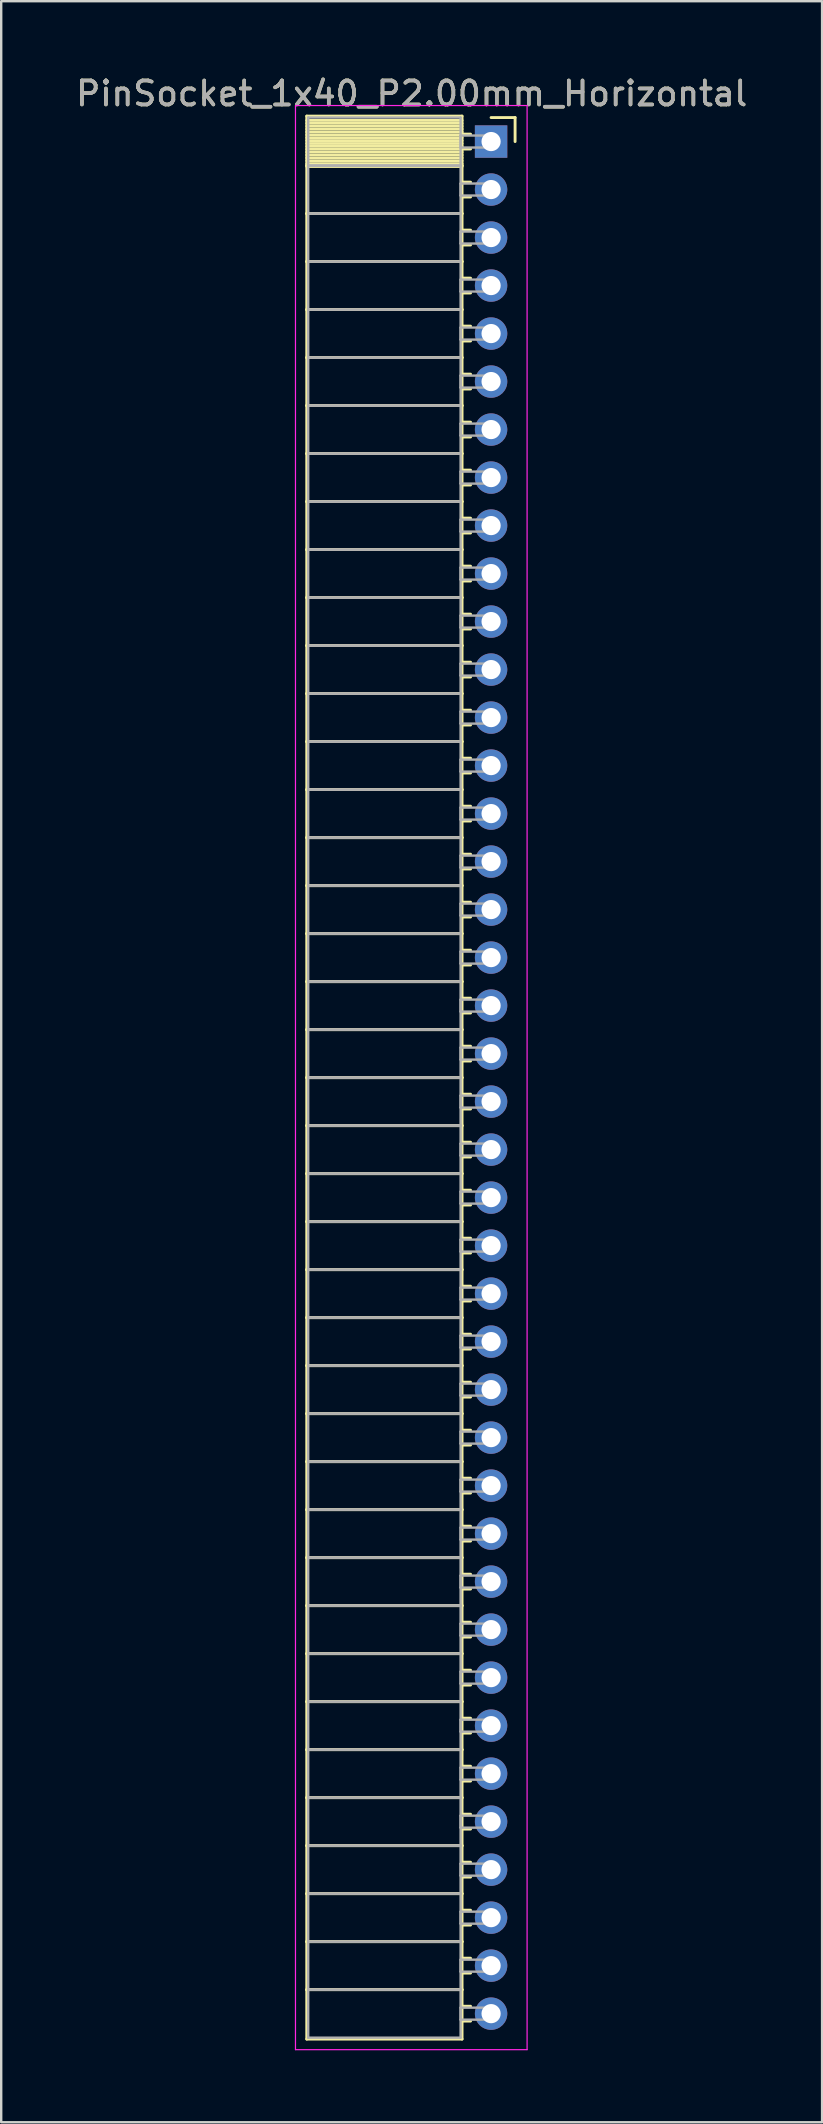
<source format=kicad_pcb>
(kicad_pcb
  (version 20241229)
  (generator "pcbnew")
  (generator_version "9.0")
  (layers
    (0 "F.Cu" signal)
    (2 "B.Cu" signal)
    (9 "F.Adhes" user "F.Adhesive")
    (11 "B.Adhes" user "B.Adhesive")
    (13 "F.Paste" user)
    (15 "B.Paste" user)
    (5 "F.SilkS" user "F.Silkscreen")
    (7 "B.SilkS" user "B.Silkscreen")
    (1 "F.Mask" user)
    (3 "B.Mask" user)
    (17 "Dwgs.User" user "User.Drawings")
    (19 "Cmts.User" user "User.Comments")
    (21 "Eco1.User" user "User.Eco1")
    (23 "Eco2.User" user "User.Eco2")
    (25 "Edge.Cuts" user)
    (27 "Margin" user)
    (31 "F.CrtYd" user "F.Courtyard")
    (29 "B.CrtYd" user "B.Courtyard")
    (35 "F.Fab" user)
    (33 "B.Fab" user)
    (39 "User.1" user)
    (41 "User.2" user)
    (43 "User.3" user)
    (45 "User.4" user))
  (footprint "PinSocket_1x40_P2.00mm_Horizontal"
    (layer "F.Cu")
    (at 17.411 2.848)
    (property "Reference" "PinSocket_1x40_P2.00mm_Horizontal" (at -3.31 -2 0) (layer "F.SilkS") (effects (font (size 1 1) (thickness 0.15))))
    (attr through_hole)
    (fp_line (start -7.68 -1.06) (end -1.21 -1.06) (stroke (width 0.12) (type solid)) (layer "F.SilkS"))
    (fp_line (start -7.68 1) (end -7.68 -1.06) (stroke (width 0.12) (type solid)) (layer "F.SilkS"))
    (fp_line (start -7.68 1) (end -1.21 1) (stroke (width 0.12) (type solid)) (layer "F.SilkS"))
    (fp_line (start -7.68 3) (end -7.68 1) (stroke (width 0.12) (type solid)) (layer "F.SilkS"))
    (fp_line (start -7.68 3) (end -1.21 3) (stroke (width 0.12) (type solid)) (layer "F.SilkS"))
    (fp_line (start -7.68 5) (end -7.68 3) (stroke (width 0.12) (type solid)) (layer "F.SilkS"))
    (fp_line (start -7.68 5) (end -1.21 5) (stroke (width 0.12) (type solid)) (layer "F.SilkS"))
    (fp_line (start -7.68 7) (end -7.68 5) (stroke (width 0.12) (type solid)) (layer "F.SilkS"))
    (fp_line (start -7.68 7) (end -1.21 7) (stroke (width 0.12) (type solid)) (layer "F.SilkS"))
    (fp_line (start -7.68 9) (end -7.68 7) (stroke (width 0.12) (type solid)) (layer "F.SilkS"))
    (fp_line (start -7.68 9) (end -1.21 9) (stroke (width 0.12) (type solid)) (layer "F.SilkS"))
    (fp_line (start -7.68 11) (end -7.68 9) (stroke (width 0.12) (type solid)) (layer "F.SilkS"))
    (fp_line (start -7.68 11) (end -1.21 11) (stroke (width 0.12) (type solid)) (layer "F.SilkS"))
    (fp_line (start -7.68 13) (end -7.68 11) (stroke (width 0.12) (type solid)) (layer "F.SilkS"))
    (fp_line (start -7.68 13) (end -1.21 13) (stroke (width 0.12) (type solid)) (layer "F.SilkS"))
    (fp_line (start -7.68 15) (end -7.68 13) (stroke (width 0.12) (type solid)) (layer "F.SilkS"))
    (fp_line (start -7.68 15) (end -1.21 15) (stroke (width 0.12) (type solid)) (layer "F.SilkS"))
    (fp_line (start -7.68 17) (end -7.68 15) (stroke (width 0.12) (type solid)) (layer "F.SilkS"))
    (fp_line (start -7.68 17) (end -1.21 17) (stroke (width 0.12) (type solid)) (layer "F.SilkS"))
    (fp_line (start -7.68 19) (end -7.68 17) (stroke (width 0.12) (type solid)) (layer "F.SilkS"))
    (fp_line (start -7.68 19) (end -1.21 19) (stroke (width 0.12) (type solid)) (layer "F.SilkS"))
    (fp_line (start -7.68 21) (end -7.68 19) (stroke (width 0.12) (type solid)) (layer "F.SilkS"))
    (fp_line (start -7.68 21) (end -1.21 21) (stroke (width 0.12) (type solid)) (layer "F.SilkS"))
    (fp_line (start -7.68 23) (end -7.68 21) (stroke (width 0.12) (type solid)) (layer "F.SilkS"))
    (fp_line (start -7.68 23) (end -1.21 23) (stroke (width 0.12) (type solid)) (layer "F.SilkS"))
    (fp_line (start -7.68 25) (end -7.68 23) (stroke (width 0.12) (type solid)) (layer "F.SilkS"))
    (fp_line (start -7.68 25) (end -1.21 25) (stroke (width 0.12) (type solid)) (layer "F.SilkS"))
    (fp_line (start -7.68 27) (end -7.68 25) (stroke (width 0.12) (type solid)) (layer "F.SilkS"))
    (fp_line (start -7.68 27) (end -1.21 27) (stroke (width 0.12) (type solid)) (layer "F.SilkS"))
    (fp_line (start -7.68 29) (end -7.68 27) (stroke (width 0.12) (type solid)) (layer "F.SilkS"))
    (fp_line (start -7.68 29) (end -1.21 29) (stroke (width 0.12) (type solid)) (layer "F.SilkS"))
    (fp_line (start -7.68 31) (end -7.68 29) (stroke (width 0.12) (type solid)) (layer "F.SilkS"))
    (fp_line (start -7.68 31) (end -1.21 31) (stroke (width 0.12) (type solid)) (layer "F.SilkS"))
    (fp_line (start -7.68 33) (end -7.68 31) (stroke (width 0.12) (type solid)) (layer "F.SilkS"))
    (fp_line (start -7.68 33) (end -1.21 33) (stroke (width 0.12) (type solid)) (layer "F.SilkS"))
    (fp_line (start -7.68 35) (end -7.68 33) (stroke (width 0.12) (type solid)) (layer "F.SilkS"))
    (fp_line (start -7.68 35) (end -1.21 35) (stroke (width 0.12) (type solid)) (layer "F.SilkS"))
    (fp_line (start -7.68 37) (end -7.68 35) (stroke (width 0.12) (type solid)) (layer "F.SilkS"))
    (fp_line (start -7.68 37) (end -1.21 37) (stroke (width 0.12) (type solid)) (layer "F.SilkS"))
    (fp_line (start -7.68 39) (end -7.68 37) (stroke (width 0.12) (type solid)) (layer "F.SilkS"))
    (fp_line (start -7.68 39) (end -1.21 39) (stroke (width 0.12) (type solid)) (layer "F.SilkS"))
    (fp_line (start -7.68 41) (end -7.68 39) (stroke (width 0.12) (type solid)) (layer "F.SilkS"))
    (fp_line (start -7.68 41) (end -1.21 41) (stroke (width 0.12) (type solid)) (layer "F.SilkS"))
    (fp_line (start -7.68 43) (end -7.68 41) (stroke (width 0.12) (type solid)) (layer "F.SilkS"))
    (fp_line (start -7.68 43) (end -1.21 43) (stroke (width 0.12) (type solid)) (layer "F.SilkS"))
    (fp_line (start -7.68 45) (end -7.68 43) (stroke (width 0.12) (type solid)) (layer "F.SilkS"))
    (fp_line (start -7.68 45) (end -1.21 45) (stroke (width 0.12) (type solid)) (layer "F.SilkS"))
    (fp_line (start -7.68 47) (end -7.68 45) (stroke (width 0.12) (type solid)) (layer "F.SilkS"))
    (fp_line (start -7.68 47) (end -1.21 47) (stroke (width 0.12) (type solid)) (layer "F.SilkS"))
    (fp_line (start -7.68 49) (end -7.68 47) (stroke (width 0.12) (type solid)) (layer "F.SilkS"))
    (fp_line (start -7.68 49) (end -1.21 49) (stroke (width 0.12) (type solid)) (layer "F.SilkS"))
    (fp_line (start -7.68 51) (end -7.68 49) (stroke (width 0.12) (type solid)) (layer "F.SilkS"))
    (fp_line (start -7.68 51) (end -1.21 51) (stroke (width 0.12) (type solid)) (layer "F.SilkS"))
    (fp_line (start -7.68 53) (end -7.68 51) (stroke (width 0.12) (type solid)) (layer "F.SilkS"))
    (fp_line (start -7.68 53) (end -1.21 53) (stroke (width 0.12) (type solid)) (layer "F.SilkS"))
    (fp_line (start -7.68 55) (end -7.68 53) (stroke (width 0.12) (type solid)) (layer "F.SilkS"))
    (fp_line (start -7.68 55) (end -1.21 55) (stroke (width 0.12) (type solid)) (layer "F.SilkS"))
    (fp_line (start -7.68 57) (end -7.68 55) (stroke (width 0.12) (type solid)) (layer "F.SilkS"))
    (fp_line (start -7.68 57) (end -1.21 57) (stroke (width 0.12) (type solid)) (layer "F.SilkS"))
    (fp_line (start -7.68 59) (end -7.68 57) (stroke (width 0.12) (type solid)) (layer "F.SilkS"))
    (fp_line (start -7.68 59) (end -1.21 59) (stroke (width 0.12) (type solid)) (layer "F.SilkS"))
    (fp_line (start -7.68 61) (end -7.68 59) (stroke (width 0.12) (type solid)) (layer "F.SilkS"))
    (fp_line (start -7.68 61) (end -1.21 61) (stroke (width 0.12) (type solid)) (layer "F.SilkS"))
    (fp_line (start -7.68 63) (end -7.68 61) (stroke (width 0.12) (type solid)) (layer "F.SilkS"))
    (fp_line (start -7.68 63) (end -1.21 63) (stroke (width 0.12) (type solid)) (layer "F.SilkS"))
    (fp_line (start -7.68 65) (end -7.68 63) (stroke (width 0.12) (type solid)) (layer "F.SilkS"))
    (fp_line (start -7.68 65) (end -1.21 65) (stroke (width 0.12) (type solid)) (layer "F.SilkS"))
    (fp_line (start -7.68 67) (end -7.68 65) (stroke (width 0.12) (type solid)) (layer "F.SilkS"))
    (fp_line (start -7.68 67) (end -1.21 67) (stroke (width 0.12) (type solid)) (layer "F.SilkS"))
    (fp_line (start -7.68 69) (end -7.68 67) (stroke (width 0.12) (type solid)) (layer "F.SilkS"))
    (fp_line (start -7.68 69) (end -1.21 69) (stroke (width 0.12) (type solid)) (layer "F.SilkS"))
    (fp_line (start -7.68 71) (end -7.68 69) (stroke (width 0.12) (type solid)) (layer "F.SilkS"))
    (fp_line (start -7.68 71) (end -1.21 71) (stroke (width 0.12) (type solid)) (layer "F.SilkS"))
    (fp_line (start -7.68 73) (end -7.68 71) (stroke (width 0.12) (type solid)) (layer "F.SilkS"))
    (fp_line (start -7.68 73) (end -1.21 73) (stroke (width 0.12) (type solid)) (layer "F.SilkS"))
    (fp_line (start -7.68 75) (end -7.68 73) (stroke (width 0.12) (type solid)) (layer "F.SilkS"))
    (fp_line (start -7.68 75) (end -1.21 75) (stroke (width 0.12) (type solid)) (layer "F.SilkS"))
    (fp_line (start -7.68 77) (end -7.68 75) (stroke (width 0.12) (type solid)) (layer "F.SilkS"))
    (fp_line (start -7.68 77) (end -1.21 77) (stroke (width 0.12) (type solid)) (layer "F.SilkS"))
    (fp_line (start -7.68 79.06) (end -7.68 77) (stroke (width 0.12) (type solid)) (layer "F.SilkS"))
    (fp_line (start -1.21 -1.06) (end -1.21 1) (stroke (width 0.12) (type solid)) (layer "F.SilkS"))
    (fp_line (start -1.21 -0.88) (end -7.68 -0.88) (stroke (width 0.12) (type solid)) (layer "F.SilkS"))
    (fp_line (start -1.21 -0.76) (end -7.68 -0.76) (stroke (width 0.12) (type solid)) (layer "F.SilkS"))
    (fp_line (start -1.21 -0.64) (end -7.68 -0.64) (stroke (width 0.12) (type solid)) (layer "F.SilkS"))
    (fp_line (start -1.21 -0.52) (end -7.68 -0.52) (stroke (width 0.12) (type solid)) (layer "F.SilkS"))
    (fp_line (start -1.21 -0.4) (end -7.68 -0.4) (stroke (width 0.12) (type solid)) (layer "F.SilkS"))
    (fp_line (start -1.21 -0.28) (end -7.68 -0.28) (stroke (width 0.12) (type solid)) (layer "F.SilkS"))
    (fp_line (start -1.21 -0.16) (end -7.68 -0.16) (stroke (width 0.12) (type solid)) (layer "F.SilkS"))
    (fp_line (start -1.21 -0.04) (end -7.68 -0.04) (stroke (width 0.12) (type solid)) (layer "F.SilkS"))
    (fp_line (start -1.21 0.08) (end -7.68 0.08) (stroke (width 0.12) (type solid)) (layer "F.SilkS"))
    (fp_line (start -1.21 0.2) (end -7.68 0.2) (stroke (width 0.12) (type solid)) (layer "F.SilkS"))
    (fp_line (start -1.21 0.32) (end -7.68 0.32) (stroke (width 0.12) (type solid)) (layer "F.SilkS"))
    (fp_line (start -1.21 0.44) (end -7.68 0.44) (stroke (width 0.12) (type solid)) (layer "F.SilkS"))
    (fp_line (start -1.21 0.56) (end -7.68 0.56) (stroke (width 0.12) (type solid)) (layer "F.SilkS"))
    (fp_line (start -1.21 0.68) (end -7.68 0.68) (stroke (width 0.12) (type solid)) (layer "F.SilkS"))
    (fp_line (start -1.21 0.8) (end -7.68 0.8) (stroke (width 0.12) (type solid)) (layer "F.SilkS"))
    (fp_line (start -1.21 0.92) (end -7.68 0.92) (stroke (width 0.12) (type solid)) (layer "F.SilkS"))
    (fp_line (start -1.21 1) (end -7.68 1) (stroke (width 0.12) (type solid)) (layer "F.SilkS"))
    (fp_line (start -1.21 1) (end -1.21 3) (stroke (width 0.12) (type solid)) (layer "F.SilkS"))
    (fp_line (start -1.21 1.04) (end -7.68 1.04) (stroke (width 0.12) (type solid)) (layer "F.SilkS"))
    (fp_line (start -1.21 3) (end -7.68 3) (stroke (width 0.12) (type solid)) (layer "F.SilkS"))
    (fp_line (start -1.21 3) (end -1.21 5) (stroke (width 0.12) (type solid)) (layer "F.SilkS"))
    (fp_line (start -1.21 5) (end -7.68 5) (stroke (width 0.12) (type solid)) (layer "F.SilkS"))
    (fp_line (start -1.21 5) (end -1.21 7) (stroke (width 0.12) (type solid)) (layer "F.SilkS"))
    (fp_line (start -1.21 7) (end -7.68 7) (stroke (width 0.12) (type solid)) (layer "F.SilkS"))
    (fp_line (start -1.21 7) (end -1.21 9) (stroke (width 0.12) (type solid)) (layer "F.SilkS"))
    (fp_line (start -1.21 9) (end -7.68 9) (stroke (width 0.12) (type solid)) (layer "F.SilkS"))
    (fp_line (start -1.21 9) (end -1.21 11) (stroke (width 0.12) (type solid)) (layer "F.SilkS"))
    (fp_line (start -1.21 11) (end -7.68 11) (stroke (width 0.12) (type solid)) (layer "F.SilkS"))
    (fp_line (start -1.21 11) (end -1.21 13) (stroke (width 0.12) (type solid)) (layer "F.SilkS"))
    (fp_line (start -1.21 13) (end -7.68 13) (stroke (width 0.12) (type solid)) (layer "F.SilkS"))
    (fp_line (start -1.21 13) (end -1.21 15) (stroke (width 0.12) (type solid)) (layer "F.SilkS"))
    (fp_line (start -1.21 15) (end -7.68 15) (stroke (width 0.12) (type solid)) (layer "F.SilkS"))
    (fp_line (start -1.21 15) (end -1.21 17) (stroke (width 0.12) (type solid)) (layer "F.SilkS"))
    (fp_line (start -1.21 17) (end -7.68 17) (stroke (width 0.12) (type solid)) (layer "F.SilkS"))
    (fp_line (start -1.21 17) (end -1.21 19) (stroke (width 0.12) (type solid)) (layer "F.SilkS"))
    (fp_line (start -1.21 19) (end -7.68 19) (stroke (width 0.12) (type solid)) (layer "F.SilkS"))
    (fp_line (start -1.21 19) (end -1.21 21) (stroke (width 0.12) (type solid)) (layer "F.SilkS"))
    (fp_line (start -1.21 21) (end -7.68 21) (stroke (width 0.12) (type solid)) (layer "F.SilkS"))
    (fp_line (start -1.21 21) (end -1.21 23) (stroke (width 0.12) (type solid)) (layer "F.SilkS"))
    (fp_line (start -1.21 23) (end -7.68 23) (stroke (width 0.12) (type solid)) (layer "F.SilkS"))
    (fp_line (start -1.21 23) (end -1.21 25) (stroke (width 0.12) (type solid)) (layer "F.SilkS"))
    (fp_line (start -1.21 25) (end -7.68 25) (stroke (width 0.12) (type solid)) (layer "F.SilkS"))
    (fp_line (start -1.21 25) (end -1.21 27) (stroke (width 0.12) (type solid)) (layer "F.SilkS"))
    (fp_line (start -1.21 27) (end -7.68 27) (stroke (width 0.12) (type solid)) (layer "F.SilkS"))
    (fp_line (start -1.21 27) (end -1.21 29) (stroke (width 0.12) (type solid)) (layer "F.SilkS"))
    (fp_line (start -1.21 29) (end -7.68 29) (stroke (width 0.12) (type solid)) (layer "F.SilkS"))
    (fp_line (start -1.21 29) (end -1.21 31) (stroke (width 0.12) (type solid)) (layer "F.SilkS"))
    (fp_line (start -1.21 31) (end -7.68 31) (stroke (width 0.12) (type solid)) (layer "F.SilkS"))
    (fp_line (start -1.21 31) (end -1.21 33) (stroke (width 0.12) (type solid)) (layer "F.SilkS"))
    (fp_line (start -1.21 33) (end -7.68 33) (stroke (width 0.12) (type solid)) (layer "F.SilkS"))
    (fp_line (start -1.21 33) (end -1.21 35) (stroke (width 0.12) (type solid)) (layer "F.SilkS"))
    (fp_line (start -1.21 35) (end -7.68 35) (stroke (width 0.12) (type solid)) (layer "F.SilkS"))
    (fp_line (start -1.21 35) (end -1.21 37) (stroke (width 0.12) (type solid)) (layer "F.SilkS"))
    (fp_line (start -1.21 37) (end -7.68 37) (stroke (width 0.12) (type solid)) (layer "F.SilkS"))
    (fp_line (start -1.21 37) (end -1.21 39) (stroke (width 0.12) (type solid)) (layer "F.SilkS"))
    (fp_line (start -1.21 39) (end -7.68 39) (stroke (width 0.12) (type solid)) (layer "F.SilkS"))
    (fp_line (start -1.21 39) (end -1.21 41) (stroke (width 0.12) (type solid)) (layer "F.SilkS"))
    (fp_line (start -1.21 41) (end -7.68 41) (stroke (width 0.12) (type solid)) (layer "F.SilkS"))
    (fp_line (start -1.21 41) (end -1.21 43) (stroke (width 0.12) (type solid)) (layer "F.SilkS"))
    (fp_line (start -1.21 43) (end -7.68 43) (stroke (width 0.12) (type solid)) (layer "F.SilkS"))
    (fp_line (start -1.21 43) (end -1.21 45) (stroke (width 0.12) (type solid)) (layer "F.SilkS"))
    (fp_line (start -1.21 45) (end -7.68 45) (stroke (width 0.12) (type solid)) (layer "F.SilkS"))
    (fp_line (start -1.21 45) (end -1.21 47) (stroke (width 0.12) (type solid)) (layer "F.SilkS"))
    (fp_line (start -1.21 47) (end -7.68 47) (stroke (width 0.12) (type solid)) (layer "F.SilkS"))
    (fp_line (start -1.21 47) (end -1.21 49) (stroke (width 0.12) (type solid)) (layer "F.SilkS"))
    (fp_line (start -1.21 49) (end -7.68 49) (stroke (width 0.12) (type solid)) (layer "F.SilkS"))
    (fp_line (start -1.21 49) (end -1.21 51) (stroke (width 0.12) (type solid)) (layer "F.SilkS"))
    (fp_line (start -1.21 51) (end -7.68 51) (stroke (width 0.12) (type solid)) (layer "F.SilkS"))
    (fp_line (start -1.21 51) (end -1.21 53) (stroke (width 0.12) (type solid)) (layer "F.SilkS"))
    (fp_line (start -1.21 53) (end -7.68 53) (stroke (width 0.12) (type solid)) (layer "F.SilkS"))
    (fp_line (start -1.21 53) (end -1.21 55) (stroke (width 0.12) (type solid)) (layer "F.SilkS"))
    (fp_line (start -1.21 55) (end -7.68 55) (stroke (width 0.12) (type solid)) (layer "F.SilkS"))
    (fp_line (start -1.21 55) (end -1.21 57) (stroke (width 0.12) (type solid)) (layer "F.SilkS"))
    (fp_line (start -1.21 57) (end -7.68 57) (stroke (width 0.12) (type solid)) (layer "F.SilkS"))
    (fp_line (start -1.21 57) (end -1.21 59) (stroke (width 0.12) (type solid)) (layer "F.SilkS"))
    (fp_line (start -1.21 59) (end -7.68 59) (stroke (width 0.12) (type solid)) (layer "F.SilkS"))
    (fp_line (start -1.21 59) (end -1.21 61) (stroke (width 0.12) (type solid)) (layer "F.SilkS"))
    (fp_line (start -1.21 61) (end -7.68 61) (stroke (width 0.12) (type solid)) (layer "F.SilkS"))
    (fp_line (start -1.21 61) (end -1.21 63) (stroke (width 0.12) (type solid)) (layer "F.SilkS"))
    (fp_line (start -1.21 63) (end -7.68 63) (stroke (width 0.12) (type solid)) (layer "F.SilkS"))
    (fp_line (start -1.21 63) (end -1.21 65) (stroke (width 0.12) (type solid)) (layer "F.SilkS"))
    (fp_line (start -1.21 65) (end -7.68 65) (stroke (width 0.12) (type solid)) (layer "F.SilkS"))
    (fp_line (start -1.21 65) (end -1.21 67) (stroke (width 0.12) (type solid)) (layer "F.SilkS"))
    (fp_line (start -1.21 67) (end -7.68 67) (stroke (width 0.12) (type solid)) (layer "F.SilkS"))
    (fp_line (start -1.21 67) (end -1.21 69) (stroke (width 0.12) (type solid)) (layer "F.SilkS"))
    (fp_line (start -1.21 69) (end -7.68 69) (stroke (width 0.12) (type solid)) (layer "F.SilkS"))
    (fp_line (start -1.21 69) (end -1.21 71) (stroke (width 0.12) (type solid)) (layer "F.SilkS"))
    (fp_line (start -1.21 71) (end -7.68 71) (stroke (width 0.12) (type solid)) (layer "F.SilkS"))
    (fp_line (start -1.21 71) (end -1.21 73) (stroke (width 0.12) (type solid)) (layer "F.SilkS"))
    (fp_line (start -1.21 73) (end -7.68 73) (stroke (width 0.12) (type solid)) (layer "F.SilkS"))
    (fp_line (start -1.21 73) (end -1.21 75) (stroke (width 0.12) (type solid)) (layer "F.SilkS"))
    (fp_line (start -1.21 75) (end -7.68 75) (stroke (width 0.12) (type solid)) (layer "F.SilkS"))
    (fp_line (start -1.21 75) (end -1.21 77) (stroke (width 0.12) (type solid)) (layer "F.SilkS"))
    (fp_line (start -1.21 77) (end -7.68 77) (stroke (width 0.12) (type solid)) (layer "F.SilkS"))
    (fp_line (start -1.21 77) (end -1.21 79.06) (stroke (width 0.12) (type solid)) (layer "F.SilkS"))
    (fp_line (start -1.21 79.06) (end -7.68 79.06) (stroke (width 0.12) (type solid)) (layer "F.SilkS"))
    (fp_line (start -0.855 -0.31) (end -1.21 -0.31) (stroke (width 0.12) (type solid)) (layer "F.SilkS"))
    (fp_line (start -0.855 0.31) (end -1.21 0.31) (stroke (width 0.12) (type solid)) (layer "F.SilkS"))
    (fp_line (start -0.855 1.69) (end -1.21 1.69) (stroke (width 0.12) (type solid)) (layer "F.SilkS"))
    (fp_line (start -0.855 2.31) (end -1.21 2.31) (stroke (width 0.12) (type solid)) (layer "F.SilkS"))
    (fp_line (start -0.855 3.69) (end -1.21 3.69) (stroke (width 0.12) (type solid)) (layer "F.SilkS"))
    (fp_line (start -0.855 4.31) (end -1.21 4.31) (stroke (width 0.12) (type solid)) (layer "F.SilkS"))
    (fp_line (start -0.855 5.69) (end -1.21 5.69) (stroke (width 0.12) (type solid)) (layer "F.SilkS"))
    (fp_line (start -0.855 6.31) (end -1.21 6.31) (stroke (width 0.12) (type solid)) (layer "F.SilkS"))
    (fp_line (start -0.855 7.69) (end -1.21 7.69) (stroke (width 0.12) (type solid)) (layer "F.SilkS"))
    (fp_line (start -0.855 8.31) (end -1.21 8.31) (stroke (width 0.12) (type solid)) (layer "F.SilkS"))
    (fp_line (start -0.855 9.69) (end -1.21 9.69) (stroke (width 0.12) (type solid)) (layer "F.SilkS"))
    (fp_line (start -0.855 10.31) (end -1.21 10.31) (stroke (width 0.12) (type solid)) (layer "F.SilkS"))
    (fp_line (start -0.855 11.69) (end -1.21 11.69) (stroke (width 0.12) (type solid)) (layer "F.SilkS"))
    (fp_line (start -0.855 12.31) (end -1.21 12.31) (stroke (width 0.12) (type solid)) (layer "F.SilkS"))
    (fp_line (start -0.855 13.69) (end -1.21 13.69) (stroke (width 0.12) (type solid)) (layer "F.SilkS"))
    (fp_line (start -0.855 14.31) (end -1.21 14.31) (stroke (width 0.12) (type solid)) (layer "F.SilkS"))
    (fp_line (start -0.855 15.69) (end -1.21 15.69) (stroke (width 0.12) (type solid)) (layer "F.SilkS"))
    (fp_line (start -0.855 16.31) (end -1.21 16.31) (stroke (width 0.12) (type solid)) (layer "F.SilkS"))
    (fp_line (start -0.855 17.69) (end -1.21 17.69) (stroke (width 0.12) (type solid)) (layer "F.SilkS"))
    (fp_line (start -0.855 18.31) (end -1.21 18.31) (stroke (width 0.12) (type solid)) (layer "F.SilkS"))
    (fp_line (start -0.855 19.69) (end -1.21 19.69) (stroke (width 0.12) (type solid)) (layer "F.SilkS"))
    (fp_line (start -0.855 20.31) (end -1.21 20.31) (stroke (width 0.12) (type solid)) (layer "F.SilkS"))
    (fp_line (start -0.855 21.69) (end -1.21 21.69) (stroke (width 0.12) (type solid)) (layer "F.SilkS"))
    (fp_line (start -0.855 22.31) (end -1.21 22.31) (stroke (width 0.12) (type solid)) (layer "F.SilkS"))
    (fp_line (start -0.855 23.69) (end -1.21 23.69) (stroke (width 0.12) (type solid)) (layer "F.SilkS"))
    (fp_line (start -0.855 24.31) (end -1.21 24.31) (stroke (width 0.12) (type solid)) (layer "F.SilkS"))
    (fp_line (start -0.855 25.69) (end -1.21 25.69) (stroke (width 0.12) (type solid)) (layer "F.SilkS"))
    (fp_line (start -0.855 26.31) (end -1.21 26.31) (stroke (width 0.12) (type solid)) (layer "F.SilkS"))
    (fp_line (start -0.855 27.69) (end -1.21 27.69) (stroke (width 0.12) (type solid)) (layer "F.SilkS"))
    (fp_line (start -0.855 28.31) (end -1.21 28.31) (stroke (width 0.12) (type solid)) (layer "F.SilkS"))
    (fp_line (start -0.855 29.69) (end -1.21 29.69) (stroke (width 0.12) (type solid)) (layer "F.SilkS"))
    (fp_line (start -0.855 30.31) (end -1.21 30.31) (stroke (width 0.12) (type solid)) (layer "F.SilkS"))
    (fp_line (start -0.855 31.69) (end -1.21 31.69) (stroke (width 0.12) (type solid)) (layer "F.SilkS"))
    (fp_line (start -0.855 32.31) (end -1.21 32.31) (stroke (width 0.12) (type solid)) (layer "F.SilkS"))
    (fp_line (start -0.855 33.69) (end -1.21 33.69) (stroke (width 0.12) (type solid)) (layer "F.SilkS"))
    (fp_line (start -0.855 34.31) (end -1.21 34.31) (stroke (width 0.12) (type solid)) (layer "F.SilkS"))
    (fp_line (start -0.855 35.69) (end -1.21 35.69) (stroke (width 0.12) (type solid)) (layer "F.SilkS"))
    (fp_line (start -0.855 36.31) (end -1.21 36.31) (stroke (width 0.12) (type solid)) (layer "F.SilkS"))
    (fp_line (start -0.855 37.69) (end -1.21 37.69) (stroke (width 0.12) (type solid)) (layer "F.SilkS"))
    (fp_line (start -0.855 38.31) (end -1.21 38.31) (stroke (width 0.12) (type solid)) (layer "F.SilkS"))
    (fp_line (start -0.855 39.69) (end -1.21 39.69) (stroke (width 0.12) (type solid)) (layer "F.SilkS"))
    (fp_line (start -0.855 40.31) (end -1.21 40.31) (stroke (width 0.12) (type solid)) (layer "F.SilkS"))
    (fp_line (start -0.855 41.69) (end -1.21 41.69) (stroke (width 0.12) (type solid)) (layer "F.SilkS"))
    (fp_line (start -0.855 42.31) (end -1.21 42.31) (stroke (width 0.12) (type solid)) (layer "F.SilkS"))
    (fp_line (start -0.855 43.69) (end -1.21 43.69) (stroke (width 0.12) (type solid)) (layer "F.SilkS"))
    (fp_line (start -0.855 44.31) (end -1.21 44.31) (stroke (width 0.12) (type solid)) (layer "F.SilkS"))
    (fp_line (start -0.855 45.69) (end -1.21 45.69) (stroke (width 0.12) (type solid)) (layer "F.SilkS"))
    (fp_line (start -0.855 46.31) (end -1.21 46.31) (stroke (width 0.12) (type solid)) (layer "F.SilkS"))
    (fp_line (start -0.855 47.69) (end -1.21 47.69) (stroke (width 0.12) (type solid)) (layer "F.SilkS"))
    (fp_line (start -0.855 48.31) (end -1.21 48.31) (stroke (width 0.12) (type solid)) (layer "F.SilkS"))
    (fp_line (start -0.855 49.69) (end -1.21 49.69) (stroke (width 0.12) (type solid)) (layer "F.SilkS"))
    (fp_line (start -0.855 50.31) (end -1.21 50.31) (stroke (width 0.12) (type solid)) (layer "F.SilkS"))
    (fp_line (start -0.855 51.69) (end -1.21 51.69) (stroke (width 0.12) (type solid)) (layer "F.SilkS"))
    (fp_line (start -0.855 52.31) (end -1.21 52.31) (stroke (width 0.12) (type solid)) (layer "F.SilkS"))
    (fp_line (start -0.855 53.69) (end -1.21 53.69) (stroke (width 0.12) (type solid)) (layer "F.SilkS"))
    (fp_line (start -0.855 54.31) (end -1.21 54.31) (stroke (width 0.12) (type solid)) (layer "F.SilkS"))
    (fp_line (start -0.855 55.69) (end -1.21 55.69) (stroke (width 0.12) (type solid)) (layer "F.SilkS"))
    (fp_line (start -0.855 56.31) (end -1.21 56.31) (stroke (width 0.12) (type solid)) (layer "F.SilkS"))
    (fp_line (start -0.855 57.69) (end -1.21 57.69) (stroke (width 0.12) (type solid)) (layer "F.SilkS"))
    (fp_line (start -0.855 58.31) (end -1.21 58.31) (stroke (width 0.12) (type solid)) (layer "F.SilkS"))
    (fp_line (start -0.855 59.69) (end -1.21 59.69) (stroke (width 0.12) (type solid)) (layer "F.SilkS"))
    (fp_line (start -0.855 60.31) (end -1.21 60.31) (stroke (width 0.12) (type solid)) (layer "F.SilkS"))
    (fp_line (start -0.855 61.69) (end -1.21 61.69) (stroke (width 0.12) (type solid)) (layer "F.SilkS"))
    (fp_line (start -0.855 62.31) (end -1.21 62.31) (stroke (width 0.12) (type solid)) (layer "F.SilkS"))
    (fp_line (start -0.855 63.69) (end -1.21 63.69) (stroke (width 0.12) (type solid)) (layer "F.SilkS"))
    (fp_line (start -0.855 64.31) (end -1.21 64.31) (stroke (width 0.12) (type solid)) (layer "F.SilkS"))
    (fp_line (start -0.855 65.69) (end -1.21 65.69) (stroke (width 0.12) (type solid)) (layer "F.SilkS"))
    (fp_line (start -0.855 66.31) (end -1.21 66.31) (stroke (width 0.12) (type solid)) (layer "F.SilkS"))
    (fp_line (start -0.855 67.69) (end -1.21 67.69) (stroke (width 0.12) (type solid)) (layer "F.SilkS"))
    (fp_line (start -0.855 68.31) (end -1.21 68.31) (stroke (width 0.12) (type solid)) (layer "F.SilkS"))
    (fp_line (start -0.855 69.69) (end -1.21 69.69) (stroke (width 0.12) (type solid)) (layer "F.SilkS"))
    (fp_line (start -0.855 70.31) (end -1.21 70.31) (stroke (width 0.12) (type solid)) (layer "F.SilkS"))
    (fp_line (start -0.855 71.69) (end -1.21 71.69) (stroke (width 0.12) (type solid)) (layer "F.SilkS"))
    (fp_line (start -0.855 72.31) (end -1.21 72.31) (stroke (width 0.12) (type solid)) (layer "F.SilkS"))
    (fp_line (start -0.855 73.69) (end -1.21 73.69) (stroke (width 0.12) (type solid)) (layer "F.SilkS"))
    (fp_line (start -0.855 74.31) (end -1.21 74.31) (stroke (width 0.12) (type solid)) (layer "F.SilkS"))
    (fp_line (start -0.855 75.69) (end -1.21 75.69) (stroke (width 0.12) (type solid)) (layer "F.SilkS"))
    (fp_line (start -0.855 76.31) (end -1.21 76.31) (stroke (width 0.12) (type solid)) (layer "F.SilkS"))
    (fp_line (start -0.855 77.69) (end -1.21 77.69) (stroke (width 0.12) (type solid)) (layer "F.SilkS"))
    (fp_line (start -0.855 78.31) (end -1.21 78.31) (stroke (width 0.12) (type solid)) (layer "F.SilkS"))
    (fp_line (start 0 -1) (end 1 -1) (stroke (width 0.12) (type solid)) (layer "F.SilkS"))
    (fp_line (start 1 -1) (end 1 0) (stroke (width 0.12) (type solid)) (layer "F.SilkS"))
    (fp_line (start -8.15 -1.5) (end 1.5 -1.5) (stroke (width 0.05) (type solid)) (layer "F.CrtYd"))
    (fp_line (start -8.15 79.5) (end -8.15 -1.5) (stroke (width 0.05) (type solid)) (layer "F.CrtYd"))
    (fp_line (start 1.5 -1.5) (end 1.5 79.5) (stroke (width 0.05) (type solid)) (layer "F.CrtYd"))
    (fp_line (start 1.5 79.5) (end -8.15 79.5) (stroke (width 0.05) (type solid)) (layer "F.CrtYd"))
    (fp_line (start -7.62 -1) (end -1.27 -1) (stroke (width 0.1) (type solid)) (layer "F.Fab"))
    (fp_line (start -7.62 1) (end -7.62 -1) (stroke (width 0.1) (type solid)) (layer "F.Fab"))
    (fp_line (start -7.62 1) (end -1.27 1) (stroke (width 0.1) (type solid)) (layer "F.Fab"))
    (fp_line (start -7.62 3) (end -7.62 1) (stroke (width 0.1) (type solid)) (layer "F.Fab"))
    (fp_line (start -7.62 3) (end -1.27 3) (stroke (width 0.1) (type solid)) (layer "F.Fab"))
    (fp_line (start -7.62 5) (end -7.62 3) (stroke (width 0.1) (type solid)) (layer "F.Fab"))
    (fp_line (start -7.62 5) (end -1.27 5) (stroke (width 0.1) (type solid)) (layer "F.Fab"))
    (fp_line (start -7.62 7) (end -7.62 5) (stroke (width 0.1) (type solid)) (layer "F.Fab"))
    (fp_line (start -7.62 7) (end -1.27 7) (stroke (width 0.1) (type solid)) (layer "F.Fab"))
    (fp_line (start -7.62 9) (end -7.62 7) (stroke (width 0.1) (type solid)) (layer "F.Fab"))
    (fp_line (start -7.62 9) (end -1.27 9) (stroke (width 0.1) (type solid)) (layer "F.Fab"))
    (fp_line (start -7.62 11) (end -7.62 9) (stroke (width 0.1) (type solid)) (layer "F.Fab"))
    (fp_line (start -7.62 11) (end -1.27 11) (stroke (width 0.1) (type solid)) (layer "F.Fab"))
    (fp_line (start -7.62 13) (end -7.62 11) (stroke (width 0.1) (type solid)) (layer "F.Fab"))
    (fp_line (start -7.62 13) (end -1.27 13) (stroke (width 0.1) (type solid)) (layer "F.Fab"))
    (fp_line (start -7.62 15) (end -7.62 13) (stroke (width 0.1) (type solid)) (layer "F.Fab"))
    (fp_line (start -7.62 15) (end -1.27 15) (stroke (width 0.1) (type solid)) (layer "F.Fab"))
    (fp_line (start -7.62 17) (end -7.62 15) (stroke (width 0.1) (type solid)) (layer "F.Fab"))
    (fp_line (start -7.62 17) (end -1.27 17) (stroke (width 0.1) (type solid)) (layer "F.Fab"))
    (fp_line (start -7.62 19) (end -7.62 17) (stroke (width 0.1) (type solid)) (layer "F.Fab"))
    (fp_line (start -7.62 19) (end -1.27 19) (stroke (width 0.1) (type solid)) (layer "F.Fab"))
    (fp_line (start -7.62 21) (end -7.62 19) (stroke (width 0.1) (type solid)) (layer "F.Fab"))
    (fp_line (start -7.62 21) (end -1.27 21) (stroke (width 0.1) (type solid)) (layer "F.Fab"))
    (fp_line (start -7.62 23) (end -7.62 21) (stroke (width 0.1) (type solid)) (layer "F.Fab"))
    (fp_line (start -7.62 23) (end -1.27 23) (stroke (width 0.1) (type solid)) (layer "F.Fab"))
    (fp_line (start -7.62 25) (end -7.62 23) (stroke (width 0.1) (type solid)) (layer "F.Fab"))
    (fp_line (start -7.62 25) (end -1.27 25) (stroke (width 0.1) (type solid)) (layer "F.Fab"))
    (fp_line (start -7.62 27) (end -7.62 25) (stroke (width 0.1) (type solid)) (layer "F.Fab"))
    (fp_line (start -7.62 27) (end -1.27 27) (stroke (width 0.1) (type solid)) (layer "F.Fab"))
    (fp_line (start -7.62 29) (end -7.62 27) (stroke (width 0.1) (type solid)) (layer "F.Fab"))
    (fp_line (start -7.62 29) (end -1.27 29) (stroke (width 0.1) (type solid)) (layer "F.Fab"))
    (fp_line (start -7.62 31) (end -7.62 29) (stroke (width 0.1) (type solid)) (layer "F.Fab"))
    (fp_line (start -7.62 31) (end -1.27 31) (stroke (width 0.1) (type solid)) (layer "F.Fab"))
    (fp_line (start -7.62 33) (end -7.62 31) (stroke (width 0.1) (type solid)) (layer "F.Fab"))
    (fp_line (start -7.62 33) (end -1.27 33) (stroke (width 0.1) (type solid)) (layer "F.Fab"))
    (fp_line (start -7.62 35) (end -7.62 33) (stroke (width 0.1) (type solid)) (layer "F.Fab"))
    (fp_line (start -7.62 35) (end -1.27 35) (stroke (width 0.1) (type solid)) (layer "F.Fab"))
    (fp_line (start -7.62 37) (end -7.62 35) (stroke (width 0.1) (type solid)) (layer "F.Fab"))
    (fp_line (start -7.62 37) (end -1.27 37) (stroke (width 0.1) (type solid)) (layer "F.Fab"))
    (fp_line (start -7.62 39) (end -7.62 37) (stroke (width 0.1) (type solid)) (layer "F.Fab"))
    (fp_line (start -7.62 39) (end -1.27 39) (stroke (width 0.1) (type solid)) (layer "F.Fab"))
    (fp_line (start -7.62 41) (end -7.62 39) (stroke (width 0.1) (type solid)) (layer "F.Fab"))
    (fp_line (start -7.62 41) (end -1.27 41) (stroke (width 0.1) (type solid)) (layer "F.Fab"))
    (fp_line (start -7.62 43) (end -7.62 41) (stroke (width 0.1) (type solid)) (layer "F.Fab"))
    (fp_line (start -7.62 43) (end -1.27 43) (stroke (width 0.1) (type solid)) (layer "F.Fab"))
    (fp_line (start -7.62 45) (end -7.62 43) (stroke (width 0.1) (type solid)) (layer "F.Fab"))
    (fp_line (start -7.62 45) (end -1.27 45) (stroke (width 0.1) (type solid)) (layer "F.Fab"))
    (fp_line (start -7.62 47) (end -7.62 45) (stroke (width 0.1) (type solid)) (layer "F.Fab"))
    (fp_line (start -7.62 47) (end -1.27 47) (stroke (width 0.1) (type solid)) (layer "F.Fab"))
    (fp_line (start -7.62 49) (end -7.62 47) (stroke (width 0.1) (type solid)) (layer "F.Fab"))
    (fp_line (start -7.62 49) (end -1.27 49) (stroke (width 0.1) (type solid)) (layer "F.Fab"))
    (fp_line (start -7.62 51) (end -7.62 49) (stroke (width 0.1) (type solid)) (layer "F.Fab"))
    (fp_line (start -7.62 51) (end -1.27 51) (stroke (width 0.1) (type solid)) (layer "F.Fab"))
    (fp_line (start -7.62 53) (end -7.62 51) (stroke (width 0.1) (type solid)) (layer "F.Fab"))
    (fp_line (start -7.62 53) (end -1.27 53) (stroke (width 0.1) (type solid)) (layer "F.Fab"))
    (fp_line (start -7.62 55) (end -7.62 53) (stroke (width 0.1) (type solid)) (layer "F.Fab"))
    (fp_line (start -7.62 55) (end -1.27 55) (stroke (width 0.1) (type solid)) (layer "F.Fab"))
    (fp_line (start -7.62 57) (end -7.62 55) (stroke (width 0.1) (type solid)) (layer "F.Fab"))
    (fp_line (start -7.62 57) (end -1.27 57) (stroke (width 0.1) (type solid)) (layer "F.Fab"))
    (fp_line (start -7.62 59) (end -7.62 57) (stroke (width 0.1) (type solid)) (layer "F.Fab"))
    (fp_line (start -7.62 59) (end -1.27 59) (stroke (width 0.1) (type solid)) (layer "F.Fab"))
    (fp_line (start -7.62 61) (end -7.62 59) (stroke (width 0.1) (type solid)) (layer "F.Fab"))
    (fp_line (start -7.62 61) (end -1.27 61) (stroke (width 0.1) (type solid)) (layer "F.Fab"))
    (fp_line (start -7.62 63) (end -7.62 61) (stroke (width 0.1) (type solid)) (layer "F.Fab"))
    (fp_line (start -7.62 63) (end -1.27 63) (stroke (width 0.1) (type solid)) (layer "F.Fab"))
    (fp_line (start -7.62 65) (end -7.62 63) (stroke (width 0.1) (type solid)) (layer "F.Fab"))
    (fp_line (start -7.62 65) (end -1.27 65) (stroke (width 0.1) (type solid)) (layer "F.Fab"))
    (fp_line (start -7.62 67) (end -7.62 65) (stroke (width 0.1) (type solid)) (layer "F.Fab"))
    (fp_line (start -7.62 67) (end -1.27 67) (stroke (width 0.1) (type solid)) (layer "F.Fab"))
    (fp_line (start -7.62 69) (end -7.62 67) (stroke (width 0.1) (type solid)) (layer "F.Fab"))
    (fp_line (start -7.62 69) (end -1.27 69) (stroke (width 0.1) (type solid)) (layer "F.Fab"))
    (fp_line (start -7.62 71) (end -7.62 69) (stroke (width 0.1) (type solid)) (layer "F.Fab"))
    (fp_line (start -7.62 71) (end -1.27 71) (stroke (width 0.1) (type solid)) (layer "F.Fab"))
    (fp_line (start -7.62 73) (end -7.62 71) (stroke (width 0.1) (type solid)) (layer "F.Fab"))
    (fp_line (start -7.62 73) (end -1.27 73) (stroke (width 0.1) (type solid)) (layer "F.Fab"))
    (fp_line (start -7.62 75) (end -7.62 73) (stroke (width 0.1) (type solid)) (layer "F.Fab"))
    (fp_line (start -7.62 75) (end -1.27 75) (stroke (width 0.1) (type solid)) (layer "F.Fab"))
    (fp_line (start -7.62 77) (end -7.62 75) (stroke (width 0.1) (type solid)) (layer "F.Fab"))
    (fp_line (start -7.62 77) (end -1.27 77) (stroke (width 0.1) (type solid)) (layer "F.Fab"))
    (fp_line (start -7.62 79) (end -7.62 77) (stroke (width 0.1) (type solid)) (layer "F.Fab"))
    (fp_line (start -1.27 -1) (end -1.27 1) (stroke (width 0.1) (type solid)) (layer "F.Fab"))
    (fp_line (start -1.27 -0.25) (end 0 -0.25) (stroke (width 0.1) (type solid)) (layer "F.Fab"))
    (fp_line (start -1.27 0.25) (end -1.27 -0.25) (stroke (width 0.1) (type solid)) (layer "F.Fab"))
    (fp_line (start -1.27 1) (end -7.62 1) (stroke (width 0.1) (type solid)) (layer "F.Fab"))
    (fp_line (start -1.27 1) (end -1.27 3) (stroke (width 0.1) (type solid)) (layer "F.Fab"))
    (fp_line (start -1.27 1.75) (end 0 1.75) (stroke (width 0.1) (type solid)) (layer "F.Fab"))
    (fp_line (start -1.27 2.25) (end -1.27 1.75) (stroke (width 0.1) (type solid)) (layer "F.Fab"))
    (fp_line (start -1.27 3) (end -7.62 3) (stroke (width 0.1) (type solid)) (layer "F.Fab"))
    (fp_line (start -1.27 3) (end -1.27 5) (stroke (width 0.1) (type solid)) (layer "F.Fab"))
    (fp_line (start -1.27 3.75) (end 0 3.75) (stroke (width 0.1) (type solid)) (layer "F.Fab"))
    (fp_line (start -1.27 4.25) (end -1.27 3.75) (stroke (width 0.1) (type solid)) (layer "F.Fab"))
    (fp_line (start -1.27 5) (end -7.62 5) (stroke (width 0.1) (type solid)) (layer "F.Fab"))
    (fp_line (start -1.27 5) (end -1.27 7) (stroke (width 0.1) (type solid)) (layer "F.Fab"))
    (fp_line (start -1.27 5.75) (end 0 5.75) (stroke (width 0.1) (type solid)) (layer "F.Fab"))
    (fp_line (start -1.27 6.25) (end -1.27 5.75) (stroke (width 0.1) (type solid)) (layer "F.Fab"))
    (fp_line (start -1.27 7) (end -7.62 7) (stroke (width 0.1) (type solid)) (layer "F.Fab"))
    (fp_line (start -1.27 7) (end -1.27 9) (stroke (width 0.1) (type solid)) (layer "F.Fab"))
    (fp_line (start -1.27 7.75) (end 0 7.75) (stroke (width 0.1) (type solid)) (layer "F.Fab"))
    (fp_line (start -1.27 8.25) (end -1.27 7.75) (stroke (width 0.1) (type solid)) (layer "F.Fab"))
    (fp_line (start -1.27 9) (end -7.62 9) (stroke (width 0.1) (type solid)) (layer "F.Fab"))
    (fp_line (start -1.27 9) (end -1.27 11) (stroke (width 0.1) (type solid)) (layer "F.Fab"))
    (fp_line (start -1.27 9.75) (end 0 9.75) (stroke (width 0.1) (type solid)) (layer "F.Fab"))
    (fp_line (start -1.27 10.25) (end -1.27 9.75) (stroke (width 0.1) (type solid)) (layer "F.Fab"))
    (fp_line (start -1.27 11) (end -7.62 11) (stroke (width 0.1) (type solid)) (layer "F.Fab"))
    (fp_line (start -1.27 11) (end -1.27 13) (stroke (width 0.1) (type solid)) (layer "F.Fab"))
    (fp_line (start -1.27 11.75) (end 0 11.75) (stroke (width 0.1) (type solid)) (layer "F.Fab"))
    (fp_line (start -1.27 12.25) (end -1.27 11.75) (stroke (width 0.1) (type solid)) (layer "F.Fab"))
    (fp_line (start -1.27 13) (end -7.62 13) (stroke (width 0.1) (type solid)) (layer "F.Fab"))
    (fp_line (start -1.27 13) (end -1.27 15) (stroke (width 0.1) (type solid)) (layer "F.Fab"))
    (fp_line (start -1.27 13.75) (end 0 13.75) (stroke (width 0.1) (type solid)) (layer "F.Fab"))
    (fp_line (start -1.27 14.25) (end -1.27 13.75) (stroke (width 0.1) (type solid)) (layer "F.Fab"))
    (fp_line (start -1.27 15) (end -7.62 15) (stroke (width 0.1) (type solid)) (layer "F.Fab"))
    (fp_line (start -1.27 15) (end -1.27 17) (stroke (width 0.1) (type solid)) (layer "F.Fab"))
    (fp_line (start -1.27 15.75) (end 0 15.75) (stroke (width 0.1) (type solid)) (layer "F.Fab"))
    (fp_line (start -1.27 16.25) (end -1.27 15.75) (stroke (width 0.1) (type solid)) (layer "F.Fab"))
    (fp_line (start -1.27 17) (end -7.62 17) (stroke (width 0.1) (type solid)) (layer "F.Fab"))
    (fp_line (start -1.27 17) (end -1.27 19) (stroke (width 0.1) (type solid)) (layer "F.Fab"))
    (fp_line (start -1.27 17.75) (end 0 17.75) (stroke (width 0.1) (type solid)) (layer "F.Fab"))
    (fp_line (start -1.27 18.25) (end -1.27 17.75) (stroke (width 0.1) (type solid)) (layer "F.Fab"))
    (fp_line (start -1.27 19) (end -7.62 19) (stroke (width 0.1) (type solid)) (layer "F.Fab"))
    (fp_line (start -1.27 19) (end -1.27 21) (stroke (width 0.1) (type solid)) (layer "F.Fab"))
    (fp_line (start -1.27 19.75) (end 0 19.75) (stroke (width 0.1) (type solid)) (layer "F.Fab"))
    (fp_line (start -1.27 20.25) (end -1.27 19.75) (stroke (width 0.1) (type solid)) (layer "F.Fab"))
    (fp_line (start -1.27 21) (end -7.62 21) (stroke (width 0.1) (type solid)) (layer "F.Fab"))
    (fp_line (start -1.27 21) (end -1.27 23) (stroke (width 0.1) (type solid)) (layer "F.Fab"))
    (fp_line (start -1.27 21.75) (end 0 21.75) (stroke (width 0.1) (type solid)) (layer "F.Fab"))
    (fp_line (start -1.27 22.25) (end -1.27 21.75) (stroke (width 0.1) (type solid)) (layer "F.Fab"))
    (fp_line (start -1.27 23) (end -7.62 23) (stroke (width 0.1) (type solid)) (layer "F.Fab"))
    (fp_line (start -1.27 23) (end -1.27 25) (stroke (width 0.1) (type solid)) (layer "F.Fab"))
    (fp_line (start -1.27 23.75) (end 0 23.75) (stroke (width 0.1) (type solid)) (layer "F.Fab"))
    (fp_line (start -1.27 24.25) (end -1.27 23.75) (stroke (width 0.1) (type solid)) (layer "F.Fab"))
    (fp_line (start -1.27 25) (end -7.62 25) (stroke (width 0.1) (type solid)) (layer "F.Fab"))
    (fp_line (start -1.27 25) (end -1.27 27) (stroke (width 0.1) (type solid)) (layer "F.Fab"))
    (fp_line (start -1.27 25.75) (end 0 25.75) (stroke (width 0.1) (type solid)) (layer "F.Fab"))
    (fp_line (start -1.27 26.25) (end -1.27 25.75) (stroke (width 0.1) (type solid)) (layer "F.Fab"))
    (fp_line (start -1.27 27) (end -7.62 27) (stroke (width 0.1) (type solid)) (layer "F.Fab"))
    (fp_line (start -1.27 27) (end -1.27 29) (stroke (width 0.1) (type solid)) (layer "F.Fab"))
    (fp_line (start -1.27 27.75) (end 0 27.75) (stroke (width 0.1) (type solid)) (layer "F.Fab"))
    (fp_line (start -1.27 28.25) (end -1.27 27.75) (stroke (width 0.1) (type solid)) (layer "F.Fab"))
    (fp_line (start -1.27 29) (end -7.62 29) (stroke (width 0.1) (type solid)) (layer "F.Fab"))
    (fp_line (start -1.27 29) (end -1.27 31) (stroke (width 0.1) (type solid)) (layer "F.Fab"))
    (fp_line (start -1.27 29.75) (end 0 29.75) (stroke (width 0.1) (type solid)) (layer "F.Fab"))
    (fp_line (start -1.27 30.25) (end -1.27 29.75) (stroke (width 0.1) (type solid)) (layer "F.Fab"))
    (fp_line (start -1.27 31) (end -7.62 31) (stroke (width 0.1) (type solid)) (layer "F.Fab"))
    (fp_line (start -1.27 31) (end -1.27 33) (stroke (width 0.1) (type solid)) (layer "F.Fab"))
    (fp_line (start -1.27 31.75) (end 0 31.75) (stroke (width 0.1) (type solid)) (layer "F.Fab"))
    (fp_line (start -1.27 32.25) (end -1.27 31.75) (stroke (width 0.1) (type solid)) (layer "F.Fab"))
    (fp_line (start -1.27 33) (end -7.62 33) (stroke (width 0.1) (type solid)) (layer "F.Fab"))
    (fp_line (start -1.27 33) (end -1.27 35) (stroke (width 0.1) (type solid)) (layer "F.Fab"))
    (fp_line (start -1.27 33.75) (end 0 33.75) (stroke (width 0.1) (type solid)) (layer "F.Fab"))
    (fp_line (start -1.27 34.25) (end -1.27 33.75) (stroke (width 0.1) (type solid)) (layer "F.Fab"))
    (fp_line (start -1.27 35) (end -7.62 35) (stroke (width 0.1) (type solid)) (layer "F.Fab"))
    (fp_line (start -1.27 35) (end -1.27 37) (stroke (width 0.1) (type solid)) (layer "F.Fab"))
    (fp_line (start -1.27 35.75) (end 0 35.75) (stroke (width 0.1) (type solid)) (layer "F.Fab"))
    (fp_line (start -1.27 36.25) (end -1.27 35.75) (stroke (width 0.1) (type solid)) (layer "F.Fab"))
    (fp_line (start -1.27 37) (end -7.62 37) (stroke (width 0.1) (type solid)) (layer "F.Fab"))
    (fp_line (start -1.27 37) (end -1.27 39) (stroke (width 0.1) (type solid)) (layer "F.Fab"))
    (fp_line (start -1.27 37.75) (end 0 37.75) (stroke (width 0.1) (type solid)) (layer "F.Fab"))
    (fp_line (start -1.27 38.25) (end -1.27 37.75) (stroke (width 0.1) (type solid)) (layer "F.Fab"))
    (fp_line (start -1.27 39) (end -7.62 39) (stroke (width 0.1) (type solid)) (layer "F.Fab"))
    (fp_line (start -1.27 39) (end -1.27 41) (stroke (width 0.1) (type solid)) (layer "F.Fab"))
    (fp_line (start -1.27 39.75) (end 0 39.75) (stroke (width 0.1) (type solid)) (layer "F.Fab"))
    (fp_line (start -1.27 40.25) (end -1.27 39.75) (stroke (width 0.1) (type solid)) (layer "F.Fab"))
    (fp_line (start -1.27 41) (end -7.62 41) (stroke (width 0.1) (type solid)) (layer "F.Fab"))
    (fp_line (start -1.27 41) (end -1.27 43) (stroke (width 0.1) (type solid)) (layer "F.Fab"))
    (fp_line (start -1.27 41.75) (end 0 41.75) (stroke (width 0.1) (type solid)) (layer "F.Fab"))
    (fp_line (start -1.27 42.25) (end -1.27 41.75) (stroke (width 0.1) (type solid)) (layer "F.Fab"))
    (fp_line (start -1.27 43) (end -7.62 43) (stroke (width 0.1) (type solid)) (layer "F.Fab"))
    (fp_line (start -1.27 43) (end -1.27 45) (stroke (width 0.1) (type solid)) (layer "F.Fab"))
    (fp_line (start -1.27 43.75) (end 0 43.75) (stroke (width 0.1) (type solid)) (layer "F.Fab"))
    (fp_line (start -1.27 44.25) (end -1.27 43.75) (stroke (width 0.1) (type solid)) (layer "F.Fab"))
    (fp_line (start -1.27 45) (end -7.62 45) (stroke (width 0.1) (type solid)) (layer "F.Fab"))
    (fp_line (start -1.27 45) (end -1.27 47) (stroke (width 0.1) (type solid)) (layer "F.Fab"))
    (fp_line (start -1.27 45.75) (end 0 45.75) (stroke (width 0.1) (type solid)) (layer "F.Fab"))
    (fp_line (start -1.27 46.25) (end -1.27 45.75) (stroke (width 0.1) (type solid)) (layer "F.Fab"))
    (fp_line (start -1.27 47) (end -7.62 47) (stroke (width 0.1) (type solid)) (layer "F.Fab"))
    (fp_line (start -1.27 47) (end -1.27 49) (stroke (width 0.1) (type solid)) (layer "F.Fab"))
    (fp_line (start -1.27 47.75) (end 0 47.75) (stroke (width 0.1) (type solid)) (layer "F.Fab"))
    (fp_line (start -1.27 48.25) (end -1.27 47.75) (stroke (width 0.1) (type solid)) (layer "F.Fab"))
    (fp_line (start -1.27 49) (end -7.62 49) (stroke (width 0.1) (type solid)) (layer "F.Fab"))
    (fp_line (start -1.27 49) (end -1.27 51) (stroke (width 0.1) (type solid)) (layer "F.Fab"))
    (fp_line (start -1.27 49.75) (end 0 49.75) (stroke (width 0.1) (type solid)) (layer "F.Fab"))
    (fp_line (start -1.27 50.25) (end -1.27 49.75) (stroke (width 0.1) (type solid)) (layer "F.Fab"))
    (fp_line (start -1.27 51) (end -7.62 51) (stroke (width 0.1) (type solid)) (layer "F.Fab"))
    (fp_line (start -1.27 51) (end -1.27 53) (stroke (width 0.1) (type solid)) (layer "F.Fab"))
    (fp_line (start -1.27 51.75) (end 0 51.75) (stroke (width 0.1) (type solid)) (layer "F.Fab"))
    (fp_line (start -1.27 52.25) (end -1.27 51.75) (stroke (width 0.1) (type solid)) (layer "F.Fab"))
    (fp_line (start -1.27 53) (end -7.62 53) (stroke (width 0.1) (type solid)) (layer "F.Fab"))
    (fp_line (start -1.27 53) (end -1.27 55) (stroke (width 0.1) (type solid)) (layer "F.Fab"))
    (fp_line (start -1.27 53.75) (end 0 53.75) (stroke (width 0.1) (type solid)) (layer "F.Fab"))
    (fp_line (start -1.27 54.25) (end -1.27 53.75) (stroke (width 0.1) (type solid)) (layer "F.Fab"))
    (fp_line (start -1.27 55) (end -7.62 55) (stroke (width 0.1) (type solid)) (layer "F.Fab"))
    (fp_line (start -1.27 55) (end -1.27 57) (stroke (width 0.1) (type solid)) (layer "F.Fab"))
    (fp_line (start -1.27 55.75) (end 0 55.75) (stroke (width 0.1) (type solid)) (layer "F.Fab"))
    (fp_line (start -1.27 56.25) (end -1.27 55.75) (stroke (width 0.1) (type solid)) (layer "F.Fab"))
    (fp_line (start -1.27 57) (end -7.62 57) (stroke (width 0.1) (type solid)) (layer "F.Fab"))
    (fp_line (start -1.27 57) (end -1.27 59) (stroke (width 0.1) (type solid)) (layer "F.Fab"))
    (fp_line (start -1.27 57.75) (end 0 57.75) (stroke (width 0.1) (type solid)) (layer "F.Fab"))
    (fp_line (start -1.27 58.25) (end -1.27 57.75) (stroke (width 0.1) (type solid)) (layer "F.Fab"))
    (fp_line (start -1.27 59) (end -7.62 59) (stroke (width 0.1) (type solid)) (layer "F.Fab"))
    (fp_line (start -1.27 59) (end -1.27 61) (stroke (width 0.1) (type solid)) (layer "F.Fab"))
    (fp_line (start -1.27 59.75) (end 0 59.75) (stroke (width 0.1) (type solid)) (layer "F.Fab"))
    (fp_line (start -1.27 60.25) (end -1.27 59.75) (stroke (width 0.1) (type solid)) (layer "F.Fab"))
    (fp_line (start -1.27 61) (end -7.62 61) (stroke (width 0.1) (type solid)) (layer "F.Fab"))
    (fp_line (start -1.27 61) (end -1.27 63) (stroke (width 0.1) (type solid)) (layer "F.Fab"))
    (fp_line (start -1.27 61.75) (end 0 61.75) (stroke (width 0.1) (type solid)) (layer "F.Fab"))
    (fp_line (start -1.27 62.25) (end -1.27 61.75) (stroke (width 0.1) (type solid)) (layer "F.Fab"))
    (fp_line (start -1.27 63) (end -7.62 63) (stroke (width 0.1) (type solid)) (layer "F.Fab"))
    (fp_line (start -1.27 63) (end -1.27 65) (stroke (width 0.1) (type solid)) (layer "F.Fab"))
    (fp_line (start -1.27 63.75) (end 0 63.75) (stroke (width 0.1) (type solid)) (layer "F.Fab"))
    (fp_line (start -1.27 64.25) (end -1.27 63.75) (stroke (width 0.1) (type solid)) (layer "F.Fab"))
    (fp_line (start -1.27 65) (end -7.62 65) (stroke (width 0.1) (type solid)) (layer "F.Fab"))
    (fp_line (start -1.27 65) (end -1.27 67) (stroke (width 0.1) (type solid)) (layer "F.Fab"))
    (fp_line (start -1.27 65.75) (end 0 65.75) (stroke (width 0.1) (type solid)) (layer "F.Fab"))
    (fp_line (start -1.27 66.25) (end -1.27 65.75) (stroke (width 0.1) (type solid)) (layer "F.Fab"))
    (fp_line (start -1.27 67) (end -7.62 67) (stroke (width 0.1) (type solid)) (layer "F.Fab"))
    (fp_line (start -1.27 67) (end -1.27 69) (stroke (width 0.1) (type solid)) (layer "F.Fab"))
    (fp_line (start -1.27 67.75) (end 0 67.75) (stroke (width 0.1) (type solid)) (layer "F.Fab"))
    (fp_line (start -1.27 68.25) (end -1.27 67.75) (stroke (width 0.1) (type solid)) (layer "F.Fab"))
    (fp_line (start -1.27 69) (end -7.62 69) (stroke (width 0.1) (type solid)) (layer "F.Fab"))
    (fp_line (start -1.27 69) (end -1.27 71) (stroke (width 0.1) (type solid)) (layer "F.Fab"))
    (fp_line (start -1.27 69.75) (end 0 69.75) (stroke (width 0.1) (type solid)) (layer "F.Fab"))
    (fp_line (start -1.27 70.25) (end -1.27 69.75) (stroke (width 0.1) (type solid)) (layer "F.Fab"))
    (fp_line (start -1.27 71) (end -7.62 71) (stroke (width 0.1) (type solid)) (layer "F.Fab"))
    (fp_line (start -1.27 71) (end -1.27 73) (stroke (width 0.1) (type solid)) (layer "F.Fab"))
    (fp_line (start -1.27 71.75) (end 0 71.75) (stroke (width 0.1) (type solid)) (layer "F.Fab"))
    (fp_line (start -1.27 72.25) (end -1.27 71.75) (stroke (width 0.1) (type solid)) (layer "F.Fab"))
    (fp_line (start -1.27 73) (end -7.62 73) (stroke (width 0.1) (type solid)) (layer "F.Fab"))
    (fp_line (start -1.27 73) (end -1.27 75) (stroke (width 0.1) (type solid)) (layer "F.Fab"))
    (fp_line (start -1.27 73.75) (end 0 73.75) (stroke (width 0.1) (type solid)) (layer "F.Fab"))
    (fp_line (start -1.27 74.25) (end -1.27 73.75) (stroke (width 0.1) (type solid)) (layer "F.Fab"))
    (fp_line (start -1.27 75) (end -7.62 75) (stroke (width 0.1) (type solid)) (layer "F.Fab"))
    (fp_line (start -1.27 75) (end -1.27 77) (stroke (width 0.1) (type solid)) (layer "F.Fab"))
    (fp_line (start -1.27 75.75) (end 0 75.75) (stroke (width 0.1) (type solid)) (layer "F.Fab"))
    (fp_line (start -1.27 76.25) (end -1.27 75.75) (stroke (width 0.1) (type solid)) (layer "F.Fab"))
    (fp_line (start -1.27 77) (end -7.62 77) (stroke (width 0.1) (type solid)) (layer "F.Fab"))
    (fp_line (start -1.27 77) (end -1.27 79) (stroke (width 0.1) (type solid)) (layer "F.Fab"))
    (fp_line (start -1.27 77.75) (end 0 77.75) (stroke (width 0.1) (type solid)) (layer "F.Fab"))
    (fp_line (start -1.27 78.25) (end -1.27 77.75) (stroke (width 0.1) (type solid)) (layer "F.Fab"))
    (fp_line (start -1.27 79) (end -7.62 79) (stroke (width 0.1) (type solid)) (layer "F.Fab"))
    (fp_line (start 0 -0.25) (end 0 0.25) (stroke (width 0.1) (type solid)) (layer "F.Fab"))
    (fp_line (start 0 0.25) (end -1.27 0.25) (stroke (width 0.1) (type solid)) (layer "F.Fab"))
    (fp_line (start 0 1.75) (end 0 2.25) (stroke (width 0.1) (type solid)) (layer "F.Fab"))
    (fp_line (start 0 2.25) (end -1.27 2.25) (stroke (width 0.1) (type solid)) (layer "F.Fab"))
    (fp_line (start 0 3.75) (end 0 4.25) (stroke (width 0.1) (type solid)) (layer "F.Fab"))
    (fp_line (start 0 4.25) (end -1.27 4.25) (stroke (width 0.1) (type solid)) (layer "F.Fab"))
    (fp_line (start 0 5.75) (end 0 6.25) (stroke (width 0.1) (type solid)) (layer "F.Fab"))
    (fp_line (start 0 6.25) (end -1.27 6.25) (stroke (width 0.1) (type solid)) (layer "F.Fab"))
    (fp_line (start 0 7.75) (end 0 8.25) (stroke (width 0.1) (type solid)) (layer "F.Fab"))
    (fp_line (start 0 8.25) (end -1.27 8.25) (stroke (width 0.1) (type solid)) (layer "F.Fab"))
    (fp_line (start 0 9.75) (end 0 10.25) (stroke (width 0.1) (type solid)) (layer "F.Fab"))
    (fp_line (start 0 10.25) (end -1.27 10.25) (stroke (width 0.1) (type solid)) (layer "F.Fab"))
    (fp_line (start 0 11.75) (end 0 12.25) (stroke (width 0.1) (type solid)) (layer "F.Fab"))
    (fp_line (start 0 12.25) (end -1.27 12.25) (stroke (width 0.1) (type solid)) (layer "F.Fab"))
    (fp_line (start 0 13.75) (end 0 14.25) (stroke (width 0.1) (type solid)) (layer "F.Fab"))
    (fp_line (start 0 14.25) (end -1.27 14.25) (stroke (width 0.1) (type solid)) (layer "F.Fab"))
    (fp_line (start 0 15.75) (end 0 16.25) (stroke (width 0.1) (type solid)) (layer "F.Fab"))
    (fp_line (start 0 16.25) (end -1.27 16.25) (stroke (width 0.1) (type solid)) (layer "F.Fab"))
    (fp_line (start 0 17.75) (end 0 18.25) (stroke (width 0.1) (type solid)) (layer "F.Fab"))
    (fp_line (start 0 18.25) (end -1.27 18.25) (stroke (width 0.1) (type solid)) (layer "F.Fab"))
    (fp_line (start 0 19.75) (end 0 20.25) (stroke (width 0.1) (type solid)) (layer "F.Fab"))
    (fp_line (start 0 20.25) (end -1.27 20.25) (stroke (width 0.1) (type solid)) (layer "F.Fab"))
    (fp_line (start 0 21.75) (end 0 22.25) (stroke (width 0.1) (type solid)) (layer "F.Fab"))
    (fp_line (start 0 22.25) (end -1.27 22.25) (stroke (width 0.1) (type solid)) (layer "F.Fab"))
    (fp_line (start 0 23.75) (end 0 24.25) (stroke (width 0.1) (type solid)) (layer "F.Fab"))
    (fp_line (start 0 24.25) (end -1.27 24.25) (stroke (width 0.1) (type solid)) (layer "F.Fab"))
    (fp_line (start 0 25.75) (end 0 26.25) (stroke (width 0.1) (type solid)) (layer "F.Fab"))
    (fp_line (start 0 26.25) (end -1.27 26.25) (stroke (width 0.1) (type solid)) (layer "F.Fab"))
    (fp_line (start 0 27.75) (end 0 28.25) (stroke (width 0.1) (type solid)) (layer "F.Fab"))
    (fp_line (start 0 28.25) (end -1.27 28.25) (stroke (width 0.1) (type solid)) (layer "F.Fab"))
    (fp_line (start 0 29.75) (end 0 30.25) (stroke (width 0.1) (type solid)) (layer "F.Fab"))
    (fp_line (start 0 30.25) (end -1.27 30.25) (stroke (width 0.1) (type solid)) (layer "F.Fab"))
    (fp_line (start 0 31.75) (end 0 32.25) (stroke (width 0.1) (type solid)) (layer "F.Fab"))
    (fp_line (start 0 32.25) (end -1.27 32.25) (stroke (width 0.1) (type solid)) (layer "F.Fab"))
    (fp_line (start 0 33.75) (end 0 34.25) (stroke (width 0.1) (type solid)) (layer "F.Fab"))
    (fp_line (start 0 34.25) (end -1.27 34.25) (stroke (width 0.1) (type solid)) (layer "F.Fab"))
    (fp_line (start 0 35.75) (end 0 36.25) (stroke (width 0.1) (type solid)) (layer "F.Fab"))
    (fp_line (start 0 36.25) (end -1.27 36.25) (stroke (width 0.1) (type solid)) (layer "F.Fab"))
    (fp_line (start 0 37.75) (end 0 38.25) (stroke (width 0.1) (type solid)) (layer "F.Fab"))
    (fp_line (start 0 38.25) (end -1.27 38.25) (stroke (width 0.1) (type solid)) (layer "F.Fab"))
    (fp_line (start 0 39.75) (end 0 40.25) (stroke (width 0.1) (type solid)) (layer "F.Fab"))
    (fp_line (start 0 40.25) (end -1.27 40.25) (stroke (width 0.1) (type solid)) (layer "F.Fab"))
    (fp_line (start 0 41.75) (end 0 42.25) (stroke (width 0.1) (type solid)) (layer "F.Fab"))
    (fp_line (start 0 42.25) (end -1.27 42.25) (stroke (width 0.1) (type solid)) (layer "F.Fab"))
    (fp_line (start 0 43.75) (end 0 44.25) (stroke (width 0.1) (type solid)) (layer "F.Fab"))
    (fp_line (start 0 44.25) (end -1.27 44.25) (stroke (width 0.1) (type solid)) (layer "F.Fab"))
    (fp_line (start 0 45.75) (end 0 46.25) (stroke (width 0.1) (type solid)) (layer "F.Fab"))
    (fp_line (start 0 46.25) (end -1.27 46.25) (stroke (width 0.1) (type solid)) (layer "F.Fab"))
    (fp_line (start 0 47.75) (end 0 48.25) (stroke (width 0.1) (type solid)) (layer "F.Fab"))
    (fp_line (start 0 48.25) (end -1.27 48.25) (stroke (width 0.1) (type solid)) (layer "F.Fab"))
    (fp_line (start 0 49.75) (end 0 50.25) (stroke (width 0.1) (type solid)) (layer "F.Fab"))
    (fp_line (start 0 50.25) (end -1.27 50.25) (stroke (width 0.1) (type solid)) (layer "F.Fab"))
    (fp_line (start 0 51.75) (end 0 52.25) (stroke (width 0.1) (type solid)) (layer "F.Fab"))
    (fp_line (start 0 52.25) (end -1.27 52.25) (stroke (width 0.1) (type solid)) (layer "F.Fab"))
    (fp_line (start 0 53.75) (end 0 54.25) (stroke (width 0.1) (type solid)) (layer "F.Fab"))
    (fp_line (start 0 54.25) (end -1.27 54.25) (stroke (width 0.1) (type solid)) (layer "F.Fab"))
    (fp_line (start 0 55.75) (end 0 56.25) (stroke (width 0.1) (type solid)) (layer "F.Fab"))
    (fp_line (start 0 56.25) (end -1.27 56.25) (stroke (width 0.1) (type solid)) (layer "F.Fab"))
    (fp_line (start 0 57.75) (end 0 58.25) (stroke (width 0.1) (type solid)) (layer "F.Fab"))
    (fp_line (start 0 58.25) (end -1.27 58.25) (stroke (width 0.1) (type solid)) (layer "F.Fab"))
    (fp_line (start 0 59.75) (end 0 60.25) (stroke (width 0.1) (type solid)) (layer "F.Fab"))
    (fp_line (start 0 60.25) (end -1.27 60.25) (stroke (width 0.1) (type solid)) (layer "F.Fab"))
    (fp_line (start 0 61.75) (end 0 62.25) (stroke (width 0.1) (type solid)) (layer "F.Fab"))
    (fp_line (start 0 62.25) (end -1.27 62.25) (stroke (width 0.1) (type solid)) (layer "F.Fab"))
    (fp_line (start 0 63.75) (end 0 64.25) (stroke (width 0.1) (type solid)) (layer "F.Fab"))
    (fp_line (start 0 64.25) (end -1.27 64.25) (stroke (width 0.1) (type solid)) (layer "F.Fab"))
    (fp_line (start 0 65.75) (end 0 66.25) (stroke (width 0.1) (type solid)) (layer "F.Fab"))
    (fp_line (start 0 66.25) (end -1.27 66.25) (stroke (width 0.1) (type solid)) (layer "F.Fab"))
    (fp_line (start 0 67.75) (end 0 68.25) (stroke (width 0.1) (type solid)) (layer "F.Fab"))
    (fp_line (start 0 68.25) (end -1.27 68.25) (stroke (width 0.1) (type solid)) (layer "F.Fab"))
    (fp_line (start 0 69.75) (end 0 70.25) (stroke (width 0.1) (type solid)) (layer "F.Fab"))
    (fp_line (start 0 70.25) (end -1.27 70.25) (stroke (width 0.1) (type solid)) (layer "F.Fab"))
    (fp_line (start 0 71.75) (end 0 72.25) (stroke (width 0.1) (type solid)) (layer "F.Fab"))
    (fp_line (start 0 72.25) (end -1.27 72.25) (stroke (width 0.1) (type solid)) (layer "F.Fab"))
    (fp_line (start 0 73.75) (end 0 74.25) (stroke (width 0.1) (type solid)) (layer "F.Fab"))
    (fp_line (start 0 74.25) (end -1.27 74.25) (stroke (width 0.1) (type solid)) (layer "F.Fab"))
    (fp_line (start 0 75.75) (end 0 76.25) (stroke (width 0.1) (type solid)) (layer "F.Fab"))
    (fp_line (start 0 76.25) (end -1.27 76.25) (stroke (width 0.1) (type solid)) (layer "F.Fab"))
    (fp_line (start 0 77.75) (end 0 78.25) (stroke (width 0.1) (type solid)) (layer "F.Fab"))
    (fp_line (start 0 78.25) (end -1.27 78.25) (stroke (width 0.1) (type solid)) (layer "F.Fab"))
    (fp_text user "${REFERENCE}" (at -3.31 -2 0) (layer "F.Fab") (effects (font (size 1 1) (thickness 0.15))))
    (pad "1" thru_hole rect (at 0 0) (size 1.35 1.35) (drill 0.8) (layers "*.Cu" "*.Mask"))
    (pad "2" thru_hole oval (at 0 2) (size 1.35 1.35) (drill 0.8) (layers "*.Cu" "*.Mask"))
    (pad "3" thru_hole oval (at 0 4) (size 1.35 1.35) (drill 0.8) (layers "*.Cu" "*.Mask"))
    (pad "4" thru_hole oval (at 0 6) (size 1.35 1.35) (drill 0.8) (layers "*.Cu" "*.Mask"))
    (pad "5" thru_hole oval (at 0 8) (size 1.35 1.35) (drill 0.8) (layers "*.Cu" "*.Mask"))
    (pad "6" thru_hole oval (at 0 10) (size 1.35 1.35) (drill 0.8) (layers "*.Cu" "*.Mask"))
    (pad "7" thru_hole oval (at 0 12) (size 1.35 1.35) (drill 0.8) (layers "*.Cu" "*.Mask"))
    (pad "8" thru_hole oval (at 0 14) (size 1.35 1.35) (drill 0.8) (layers "*.Cu" "*.Mask"))
    (pad "9" thru_hole oval (at 0 16) (size 1.35 1.35) (drill 0.8) (layers "*.Cu" "*.Mask"))
    (pad "10" thru_hole oval (at 0 18) (size 1.35 1.35) (drill 0.8) (layers "*.Cu" "*.Mask"))
    (pad "11" thru_hole oval (at 0 20) (size 1.35 1.35) (drill 0.8) (layers "*.Cu" "*.Mask"))
    (pad "12" thru_hole oval (at 0 22) (size 1.35 1.35) (drill 0.8) (layers "*.Cu" "*.Mask"))
    (pad "13" thru_hole oval (at 0 24) (size 1.35 1.35) (drill 0.8) (layers "*.Cu" "*.Mask"))
    (pad "14" thru_hole oval (at 0 26) (size 1.35 1.35) (drill 0.8) (layers "*.Cu" "*.Mask"))
    (pad "15" thru_hole oval (at 0 28) (size 1.35 1.35) (drill 0.8) (layers "*.Cu" "*.Mask"))
    (pad "16" thru_hole oval (at 0 30) (size 1.35 1.35) (drill 0.8) (layers "*.Cu" "*.Mask"))
    (pad "17" thru_hole oval (at 0 32) (size 1.35 1.35) (drill 0.8) (layers "*.Cu" "*.Mask"))
    (pad "18" thru_hole oval (at 0 34) (size 1.35 1.35) (drill 0.8) (layers "*.Cu" "*.Mask"))
    (pad "19" thru_hole oval (at 0 36) (size 1.35 1.35) (drill 0.8) (layers "*.Cu" "*.Mask"))
    (pad "20" thru_hole oval (at 0 38) (size 1.35 1.35) (drill 0.8) (layers "*.Cu" "*.Mask"))
    (pad "21" thru_hole oval (at 0 40) (size 1.35 1.35) (drill 0.8) (layers "*.Cu" "*.Mask"))
    (pad "22" thru_hole oval (at 0 42) (size 1.35 1.35) (drill 0.8) (layers "*.Cu" "*.Mask"))
    (pad "23" thru_hole oval (at 0 44) (size 1.35 1.35) (drill 0.8) (layers "*.Cu" "*.Mask"))
    (pad "24" thru_hole oval (at 0 46) (size 1.35 1.35) (drill 0.8) (layers "*.Cu" "*.Mask"))
    (pad "25" thru_hole oval (at 0 48) (size 1.35 1.35) (drill 0.8) (layers "*.Cu" "*.Mask"))
    (pad "26" thru_hole oval (at 0 50) (size 1.35 1.35) (drill 0.8) (layers "*.Cu" "*.Mask"))
    (pad "27" thru_hole oval (at 0 52) (size 1.35 1.35) (drill 0.8) (layers "*.Cu" "*.Mask"))
    (pad "28" thru_hole oval (at 0 54) (size 1.35 1.35) (drill 0.8) (layers "*.Cu" "*.Mask"))
    (pad "29" thru_hole oval (at 0 56) (size 1.35 1.35) (drill 0.8) (layers "*.Cu" "*.Mask"))
    (pad "30" thru_hole oval (at 0 58) (size 1.35 1.35) (drill 0.8) (layers "*.Cu" "*.Mask"))
    (pad "31" thru_hole oval (at 0 60) (size 1.35 1.35) (drill 0.8) (layers "*.Cu" "*.Mask"))
    (pad "32" thru_hole oval (at 0 62) (size 1.35 1.35) (drill 0.8) (layers "*.Cu" "*.Mask"))
    (pad "33" thru_hole oval (at 0 64) (size 1.35 1.35) (drill 0.8) (layers "*.Cu" "*.Mask"))
    (pad "34" thru_hole oval (at 0 66) (size 1.35 1.35) (drill 0.8) (layers "*.Cu" "*.Mask"))
    (pad "35" thru_hole oval (at 0 68) (size 1.35 1.35) (drill 0.8) (layers "*.Cu" "*.Mask"))
    (pad "36" thru_hole oval (at 0 70) (size 1.35 1.35) (drill 0.8) (layers "*.Cu" "*.Mask"))
    (pad "37" thru_hole oval (at 0 72) (size 1.35 1.35) (drill 0.8) (layers "*.Cu" "*.Mask"))
    (pad "38" thru_hole oval (at 0 74) (size 1.35 1.35) (drill 0.8) (layers "*.Cu" "*.Mask"))
    (pad "39" thru_hole oval (at 0 76) (size 1.35 1.35) (drill 0.8) (layers "*.Cu" "*.Mask"))
    (pad "40" thru_hole oval (at 0 78) (size 1.35 1.35) (drill 0.8) (layers "*.Cu" "*.Mask")))
  (gr_rect
    (start -3 -3)
    (end 31.202 85.373)
    (stroke (width 0.1) (type default))
    (fill no)
    (layer "Edge.Cuts")))
</source>
